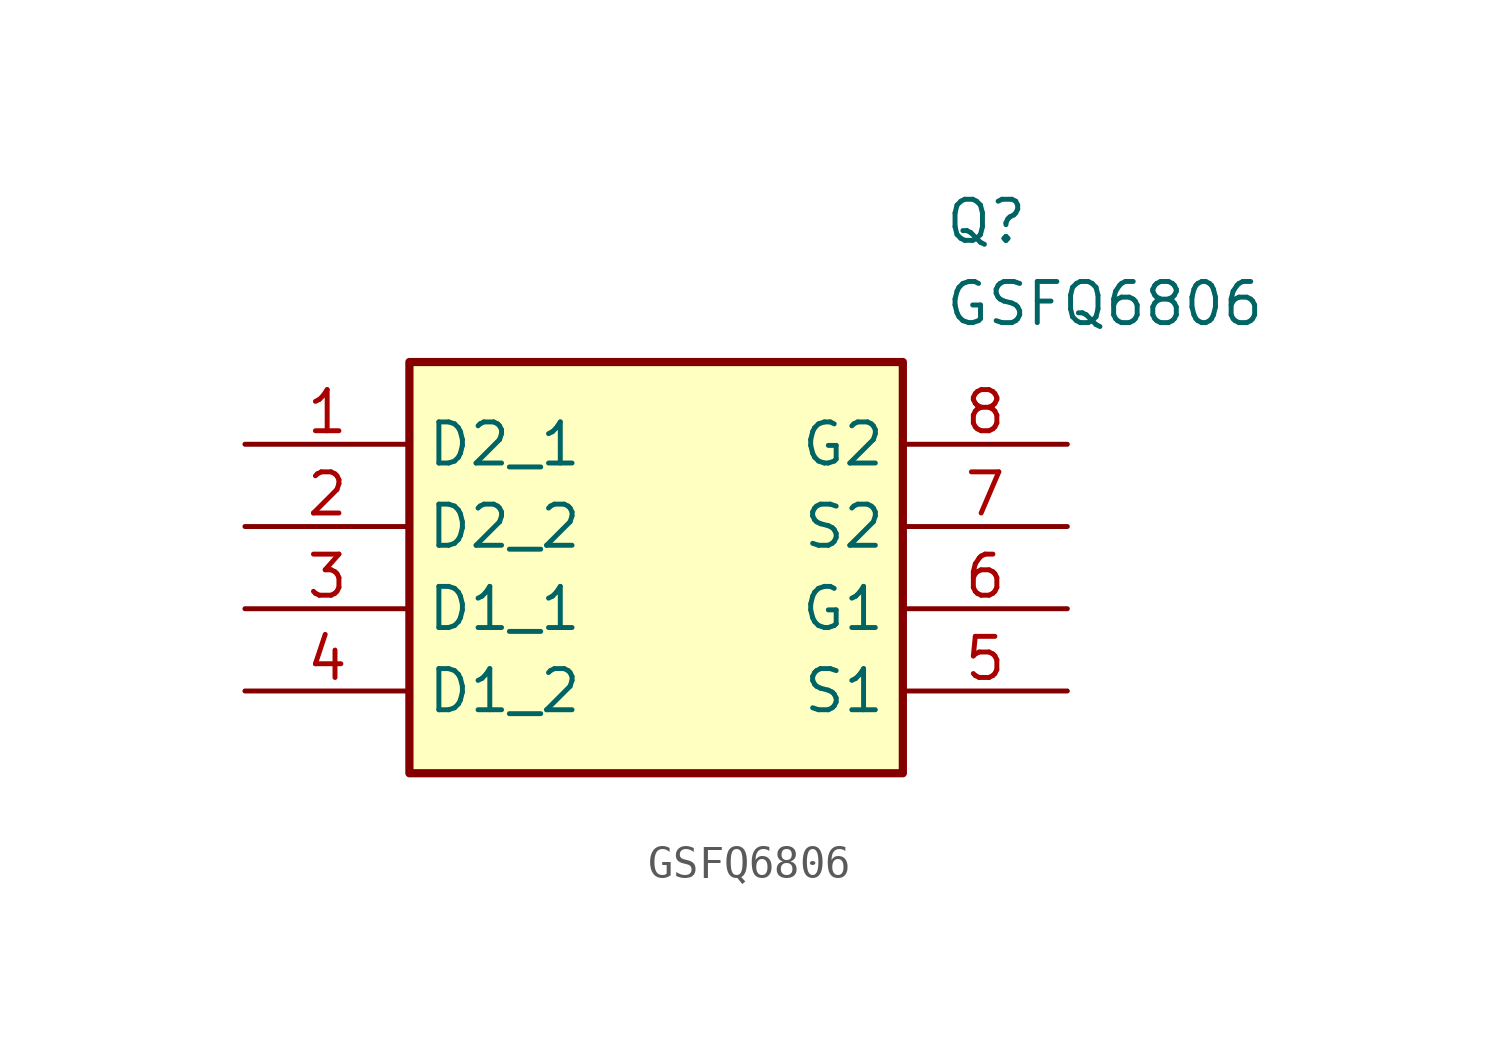
<source format=kicad_sym>
(kicad_symbol_lib
  (version 20220914)
  (generator kicad_symbol_editor)
  (symbol "GSFQ6806"
    (property "Reference" "Q"
      (at 21.59 7.62 0)
      (effects (font (size 1.27 1.27)) (justify left top)))
    (property "Value" "GSFQ6806"
      (at 21.59 5.08 0)
      (effects (font (size 1.27 1.27)) (justify left top)))
    (symbol "GSFQ6806_1_1"
      (rectangle (start 5.08 2.54) (end 20.32 -10.16) (stroke (width 0.254) (type default)) (fill (type background)))
      (pin input line (at 0 0 0) (length 5.08) (name "D2_1" (effects (font (size 1.27 1.27)))) (number "1" (effects (font (size 1.27 1.27)))))
      (pin input line (at 0 -2.54 0) (length 5.08) (name "D2_2" (effects (font (size 1.27 1.27)))) (number "2" (effects (font (size 1.27 1.27)))))
      (pin input line (at 0 -5.08 0) (length 5.08) (name "D1_1" (effects (font (size 1.27 1.27)))) (number "3" (effects (font (size 1.27 1.27)))))
      (pin input line (at 0 -7.62 0) (length 5.08) (name "D1_2" (effects (font (size 1.27 1.27)))) (number "4" (effects (font (size 1.27 1.27)))))
      (pin input line (at 25.4 -7.62 180) (length 5.08) (name "S1" (effects (font (size 1.27 1.27)))) (number "5" (effects (font (size 1.27 1.27)))))
      (pin input line (at 25.4 -5.08 180) (length 5.08) (name "G1" (effects (font (size 1.27 1.27)))) (number "6" (effects (font (size 1.27 1.27)))))
      (pin input line (at 25.4 -2.54 180) (length 5.08) (name "S2" (effects (font (size 1.27 1.27)))) (number "7" (effects (font (size 1.27 1.27)))))
      (pin input line (at 25.4 0 180) (length 5.08) (name "G2" (effects (font (size 1.27 1.27)))) (number "8" (effects (font (size 1.27 1.27))))))))
</source>
